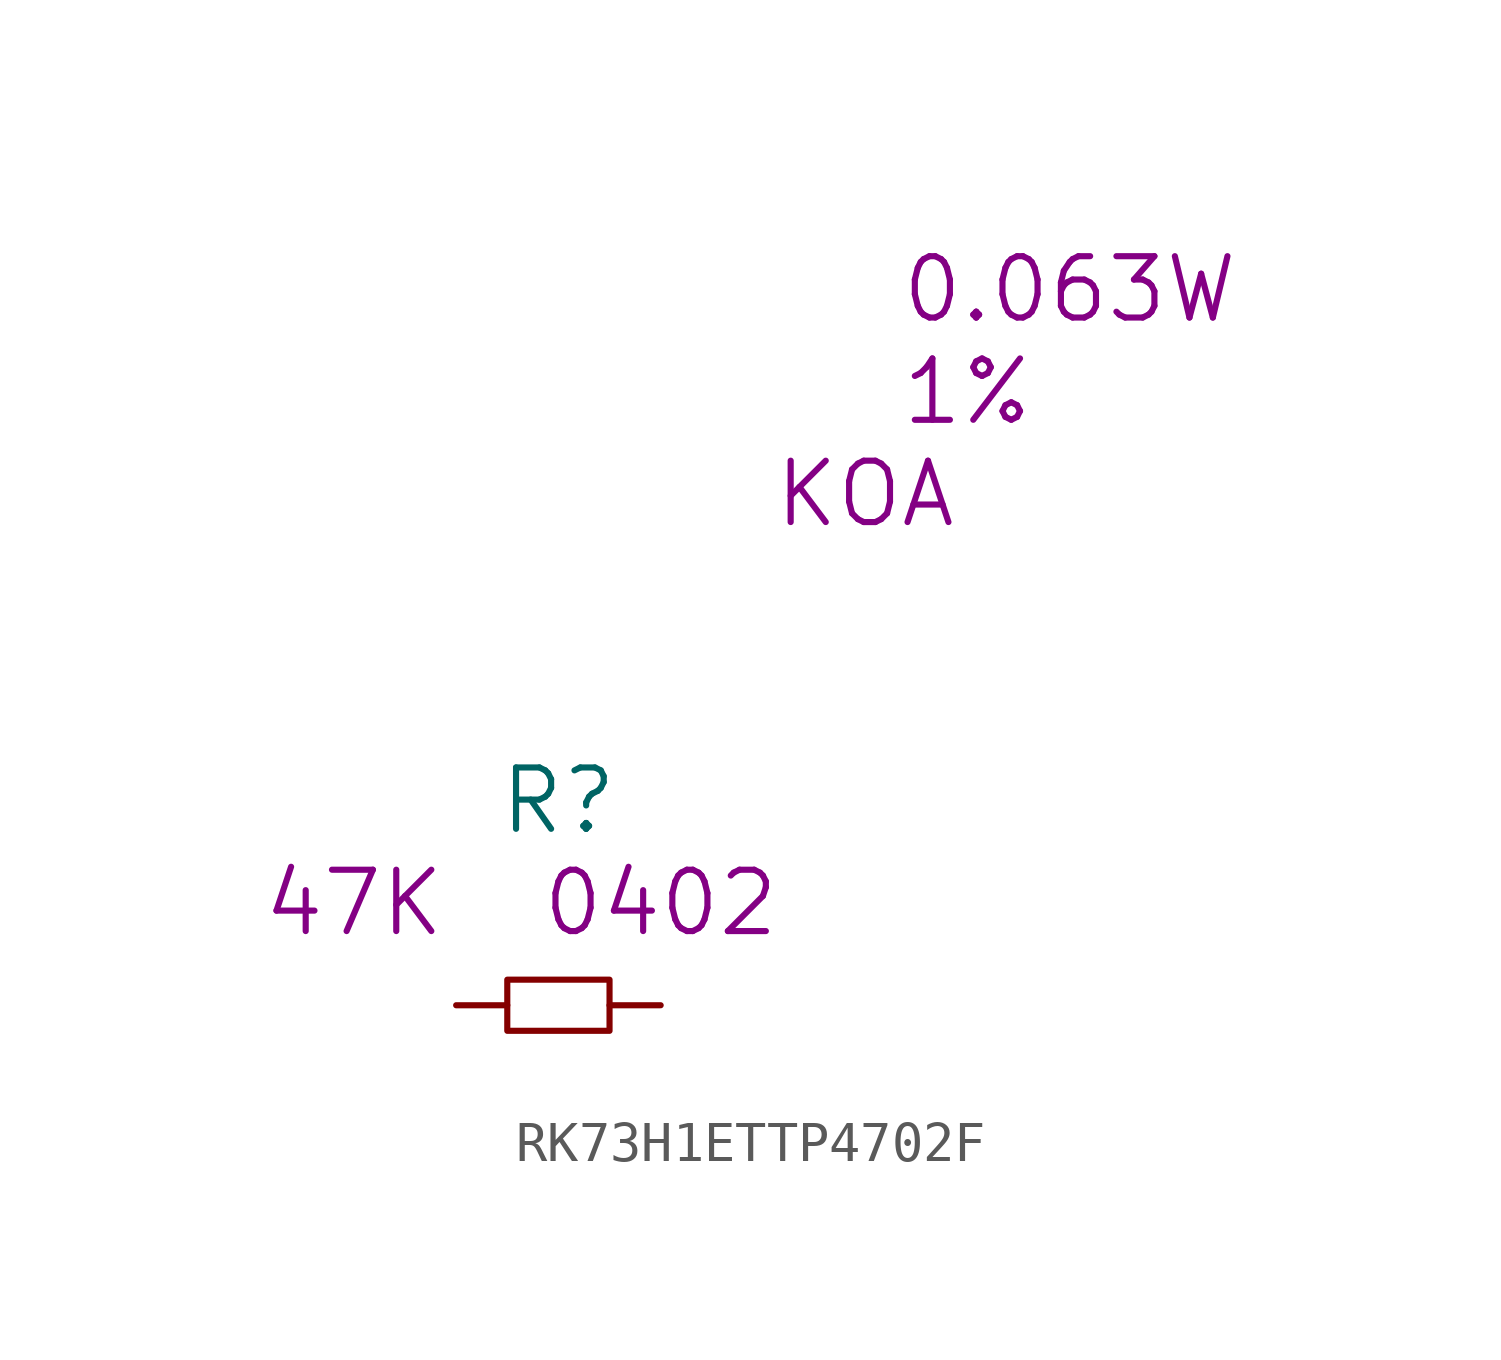
<source format=kicad_sym>
(kicad_symbol_lib
  (version 20220914)
  (generator kicad_symbol_editor)
  (symbol "RK73H1ETTP4702F"
    (pin_numbers hide)
    (pin_names
      (offset 1.016) hide)
    (property "Reference" "R"
      (at 0 5.08 0)
      (effects (font (size 1.524 1.524))))
    (property "Value2" "47K"
      (at -5.08 2.54 0)
      (effects (font (size 1.524 1.524))))
    (property "Size" "0402"
      (at 2.54 2.54 0)
      (effects (font (size 1.524 1.524))))
    (property "Manufacturer" "KOA"
      (at 7.62 12.7 0)
      (effects (font (size 1.524 1.524))))
    (property "Tolerance" "1%"
      (at 10.16 15.24 0)
      (effects (font (size 1.524 1.524))))
    (property "Rating" "0.063W"
      (at 12.7 17.78 0)
      (effects (font (size 1.524 1.524))))
    (symbol "RK73H1ETTP4702F_0_1"
      (rectangle (start -1.27 0.635) (end 1.27 -0.635) (stroke (width 0) (type solid)) (fill (type none))))
    (symbol "RK73H1ETTP4702F_1_1"
      (pin passive line (at -2.54 0 0) (length 1.27) (name "1" (effects (font (size 1.27 1.27)))) (number "1" (effects (font (size 1.27 1.27)))))
      (pin passive line (at 2.54 0 180) (length 1.27) (name "2" (effects (font (size 1.27 1.27)))) (number "2" (effects (font (size 1.27 1.27))))))))
</source>
